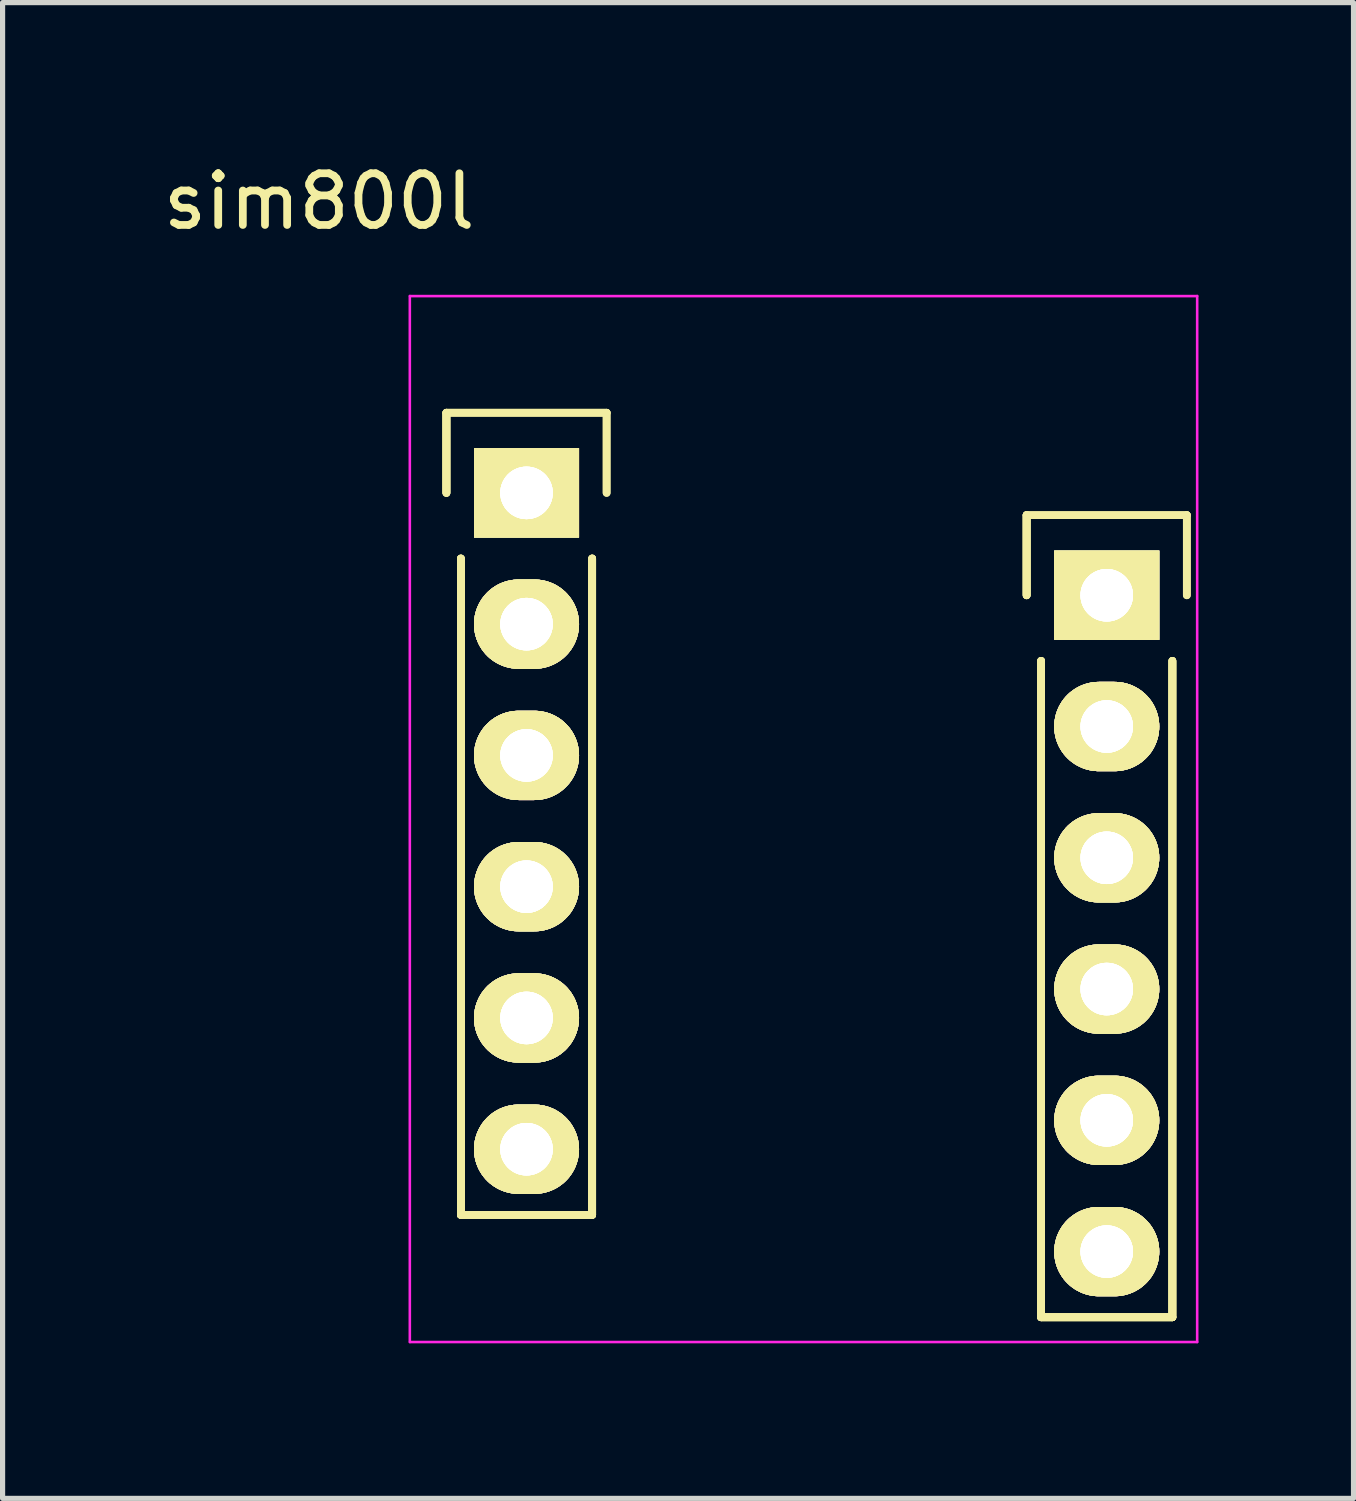
<source format=kicad_pcb>
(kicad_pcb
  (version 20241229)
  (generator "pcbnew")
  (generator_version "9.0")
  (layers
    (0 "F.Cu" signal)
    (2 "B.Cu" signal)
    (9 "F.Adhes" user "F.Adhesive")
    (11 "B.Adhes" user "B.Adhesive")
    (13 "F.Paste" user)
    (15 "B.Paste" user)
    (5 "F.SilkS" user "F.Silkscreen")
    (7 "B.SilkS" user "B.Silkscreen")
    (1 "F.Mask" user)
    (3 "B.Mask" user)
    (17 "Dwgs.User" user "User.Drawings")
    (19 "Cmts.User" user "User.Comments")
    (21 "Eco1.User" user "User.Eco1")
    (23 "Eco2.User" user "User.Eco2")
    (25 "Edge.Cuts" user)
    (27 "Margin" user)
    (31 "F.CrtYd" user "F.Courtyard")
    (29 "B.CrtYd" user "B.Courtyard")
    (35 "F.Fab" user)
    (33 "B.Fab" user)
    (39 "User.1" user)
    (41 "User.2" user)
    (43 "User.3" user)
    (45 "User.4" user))
  (footprint "sim800l"
    (layer "F.Cu")
    (at 18.365 8.468)
    (property "Reference" "sim800l" (at -15.24 -7.62 0) (layer "F.SilkS") (effects (font (size 1 1) (thickness 0.15))))
    (attr through_hole)
    (fp_line (start -12.777 -3.531) (end -9.677 -3.531) (stroke (width 0.15) (type solid)) (layer "F.SilkS"))
    (fp_line (start -12.777 -3.531) (end -9.677 -3.531) (stroke (width 0.15) (type solid)) (layer "F.SilkS"))
    (fp_line (start -12.777 -1.981) (end -12.777 -3.531) (stroke (width 0.15) (type solid)) (layer "F.SilkS"))
    (fp_line (start -12.777 -1.981) (end -12.777 -3.531) (stroke (width 0.15) (type solid)) (layer "F.SilkS"))
    (fp_line (start -12.777 -1.981) (end -12.777 -3.531) (stroke (width 0.15) (type solid)) (layer "F.SilkS"))
    (fp_line (start -12.777 -1.981) (end -12.777 -3.531) (stroke (width 0.15) (type solid)) (layer "F.SilkS"))
    (fp_line (start -12.497 11.989) (end -12.497 -0.711) (stroke (width 0.15) (type solid)) (layer "F.SilkS"))
    (fp_line (start -12.497 11.989) (end -12.497 -0.711) (stroke (width 0.15) (type solid)) (layer "F.SilkS"))
    (fp_line (start -12.497 11.989) (end -12.497 -0.711) (stroke (width 0.15) (type solid)) (layer "F.SilkS"))
    (fp_line (start -12.497 11.989) (end -12.497 -0.711) (stroke (width 0.15) (type solid)) (layer "F.SilkS"))
    (fp_line (start -9.957 -0.711) (end -9.957 11.989) (stroke (width 0.15) (type solid)) (layer "F.SilkS"))
    (fp_line (start -9.957 -0.711) (end -9.957 11.989) (stroke (width 0.15) (type solid)) (layer "F.SilkS"))
    (fp_line (start -9.957 -0.711) (end -9.957 11.989) (stroke (width 0.15) (type solid)) (layer "F.SilkS"))
    (fp_line (start -9.957 -0.711) (end -9.957 11.989) (stroke (width 0.15) (type solid)) (layer "F.SilkS"))
    (fp_line (start -9.957 11.989) (end -12.497 11.989) (stroke (width 0.15) (type solid)) (layer "F.SilkS"))
    (fp_line (start -9.957 11.989) (end -12.497 11.989) (stroke (width 0.15) (type solid)) (layer "F.SilkS"))
    (fp_line (start -9.957 11.989) (end -12.497 11.989) (stroke (width 0.15) (type solid)) (layer "F.SilkS"))
    (fp_line (start -9.957 11.989) (end -12.497 11.989) (stroke (width 0.15) (type solid)) (layer "F.SilkS"))
    (fp_line (start -9.677 -3.531) (end -9.677 -1.981) (stroke (width 0.15) (type solid)) (layer "F.SilkS"))
    (fp_line (start -9.677 -3.531) (end -9.677 -1.981) (stroke (width 0.15) (type solid)) (layer "F.SilkS"))
    (fp_line (start -1.55 -1.55) (end 1.55 -1.55) (stroke (width 0.15) (type solid)) (layer "F.SilkS"))
    (fp_line (start -1.55 -1.55) (end 1.55 -1.55) (stroke (width 0.15) (type solid)) (layer "F.SilkS"))
    (fp_line (start -1.55 0) (end -1.55 -1.55) (stroke (width 0.15) (type solid)) (layer "F.SilkS"))
    (fp_line (start -1.55 0) (end -1.55 -1.55) (stroke (width 0.15) (type solid)) (layer "F.SilkS"))
    (fp_line (start -1.55 0) (end -1.55 -1.55) (stroke (width 0.15) (type solid)) (layer "F.SilkS"))
    (fp_line (start -1.55 0) (end -1.55 -1.55) (stroke (width 0.15) (type solid)) (layer "F.SilkS"))
    (fp_line (start -1.27 13.97) (end -1.27 1.27) (stroke (width 0.15) (type solid)) (layer "F.SilkS"))
    (fp_line (start -1.27 13.97) (end -1.27 1.27) (stroke (width 0.15) (type solid)) (layer "F.SilkS"))
    (fp_line (start -1.27 13.97) (end -1.27 1.27) (stroke (width 0.15) (type solid)) (layer "F.SilkS"))
    (fp_line (start -1.27 13.97) (end -1.27 1.27) (stroke (width 0.15) (type solid)) (layer "F.SilkS"))
    (fp_line (start 1.27 1.27) (end 1.27 13.97) (stroke (width 0.15) (type solid)) (layer "F.SilkS"))
    (fp_line (start 1.27 1.27) (end 1.27 13.97) (stroke (width 0.15) (type solid)) (layer "F.SilkS"))
    (fp_line (start 1.27 1.27) (end 1.27 13.97) (stroke (width 0.15) (type solid)) (layer "F.SilkS"))
    (fp_line (start 1.27 1.27) (end 1.27 13.97) (stroke (width 0.15) (type solid)) (layer "F.SilkS"))
    (fp_line (start 1.27 13.97) (end -1.27 13.97) (stroke (width 0.15) (type solid)) (layer "F.SilkS"))
    (fp_line (start 1.27 13.97) (end -1.27 13.97) (stroke (width 0.15) (type solid)) (layer "F.SilkS"))
    (fp_line (start 1.27 13.97) (end -1.27 13.97) (stroke (width 0.15) (type solid)) (layer "F.SilkS"))
    (fp_line (start 1.27 13.97) (end -1.27 13.97) (stroke (width 0.15) (type solid)) (layer "F.SilkS"))
    (fp_line (start 1.55 -1.55) (end 1.55 0) (stroke (width 0.15) (type solid)) (layer "F.SilkS"))
    (fp_line (start 1.55 -1.55) (end 1.55 0) (stroke (width 0.15) (type solid)) (layer "F.SilkS"))
    (fp_line (start -13.485 -5.79) (end -13.485 14.45) (stroke (width 0.05) (type solid)) (layer "F.CrtYd"))
    (fp_line (start -13.482 -5.789) (end 1.75 -5.789) (stroke (width 0.05) (type solid)) (layer "F.CrtYd"))
    (fp_line (start -13.482 14.45) (end 1.75 14.45) (stroke (width 0.05) (type solid)) (layer "F.CrtYd"))
    (fp_line (start 1.75 -5.79) (end 1.75 14.45) (stroke (width 0.05) (type solid)) (layer "F.CrtYd"))
    (pad "1" thru_hole rect (at -11.227 -1.981) (size 2.032 1.727) (drill 1.016) (layers "*.Cu" "*.Mask" "F.SilkS"))
    (pad "1" thru_hole rect (at -11.227 -1.981) (size 2.032 1.727) (drill 1.016) (layers "*.Cu" "*.Mask" "F.SilkS"))
    (pad "1" thru_hole rect (at -11.227 -1.981) (size 2.032 1.727) (drill 1.016) (layers "*.Cu" "*.Mask" "F.SilkS"))
    (pad "1" thru_hole rect (at -11.227 -1.981) (size 2.032 1.727) (drill 1.016) (layers "*.Cu" "*.Mask" "F.SilkS"))
    (pad "2" thru_hole oval (at -11.227 0.559) (size 2.032 1.727) (drill 1.016) (layers "*.Cu" "*.Mask" "F.SilkS"))
    (pad "2" thru_hole oval (at -11.227 0.559) (size 2.032 1.727) (drill 1.016) (layers "*.Cu" "*.Mask" "F.SilkS"))
    (pad "2" thru_hole oval (at -11.227 0.559) (size 2.032 1.727) (drill 1.016) (layers "*.Cu" "*.Mask" "F.SilkS"))
    (pad "2" thru_hole oval (at -11.227 0.559) (size 2.032 1.727) (drill 1.016) (layers "*.Cu" "*.Mask" "F.SilkS"))
    (pad "3" thru_hole oval (at -11.227 3.099) (size 2.032 1.727) (drill 1.016) (layers "*.Cu" "*.Mask" "F.SilkS"))
    (pad "3" thru_hole oval (at -11.227 3.099) (size 2.032 1.727) (drill 1.016) (layers "*.Cu" "*.Mask" "F.SilkS"))
    (pad "3" thru_hole oval (at -11.227 3.099) (size 2.032 1.727) (drill 1.016) (layers "*.Cu" "*.Mask" "F.SilkS"))
    (pad "3" thru_hole oval (at -11.227 3.099) (size 2.032 1.727) (drill 1.016) (layers "*.Cu" "*.Mask" "F.SilkS"))
    (pad "4" thru_hole oval (at -11.227 5.639) (size 2.032 1.727) (drill 1.016) (layers "*.Cu" "*.Mask" "F.SilkS"))
    (pad "4" thru_hole oval (at -11.227 5.639) (size 2.032 1.727) (drill 1.016) (layers "*.Cu" "*.Mask" "F.SilkS"))
    (pad "4" thru_hole oval (at -11.227 5.639) (size 2.032 1.727) (drill 1.016) (layers "*.Cu" "*.Mask" "F.SilkS"))
    (pad "4" thru_hole oval (at -11.227 5.639) (size 2.032 1.727) (drill 1.016) (layers "*.Cu" "*.Mask" "F.SilkS"))
    (pad "5" thru_hole oval (at -11.227 8.179) (size 2.032 1.727) (drill 1.016) (layers "*.Cu" "*.Mask" "F.SilkS"))
    (pad "5" thru_hole oval (at -11.227 8.179) (size 2.032 1.727) (drill 1.016) (layers "*.Cu" "*.Mask" "F.SilkS"))
    (pad "5" thru_hole oval (at -11.227 8.179) (size 2.032 1.727) (drill 1.016) (layers "*.Cu" "*.Mask" "F.SilkS"))
    (pad "5" thru_hole oval (at -11.227 8.179) (size 2.032 1.727) (drill 1.016) (layers "*.Cu" "*.Mask" "F.SilkS"))
    (pad "6" thru_hole oval (at -11.227 10.719) (size 2.032 1.727) (drill 1.016) (layers "*.Cu" "*.Mask" "F.SilkS"))
    (pad "6" thru_hole oval (at -11.227 10.719) (size 2.032 1.727) (drill 1.016) (layers "*.Cu" "*.Mask" "F.SilkS"))
    (pad "6" thru_hole oval (at -11.227 10.719) (size 2.032 1.727) (drill 1.016) (layers "*.Cu" "*.Mask" "F.SilkS"))
    (pad "6" thru_hole oval (at -11.227 10.719) (size 2.032 1.727) (drill 1.016) (layers "*.Cu" "*.Mask" "F.SilkS"))
    (pad "7" thru_hole rect (at 0 0) (size 2.032 1.727) (drill 1.016) (layers "*.Cu" "*.Mask" "F.SilkS"))
    (pad "7" thru_hole rect (at 0 0) (size 2.032 1.727) (drill 1.016) (layers "*.Cu" "*.Mask" "F.SilkS"))
    (pad "7" thru_hole rect (at 0 0) (size 2.032 1.727) (drill 1.016) (layers "*.Cu" "*.Mask" "F.SilkS"))
    (pad "7" thru_hole rect (at 0 0) (size 2.032 1.727) (drill 1.016) (layers "*.Cu" "*.Mask" "F.SilkS"))
    (pad "8" thru_hole oval (at 0 2.54) (size 2.032 1.727) (drill 1.016) (layers "*.Cu" "*.Mask" "F.SilkS"))
    (pad "8" thru_hole oval (at 0 2.54) (size 2.032 1.727) (drill 1.016) (layers "*.Cu" "*.Mask" "F.SilkS"))
    (pad "8" thru_hole oval (at 0 2.54) (size 2.032 1.727) (drill 1.016) (layers "*.Cu" "*.Mask" "F.SilkS"))
    (pad "8" thru_hole oval (at 0 2.54) (size 2.032 1.727) (drill 1.016) (layers "*.Cu" "*.Mask" "F.SilkS"))
    (pad "9" thru_hole oval (at 0 5.08) (size 2.032 1.727) (drill 1.016) (layers "*.Cu" "*.Mask" "F.SilkS"))
    (pad "9" thru_hole oval (at 0 5.08) (size 2.032 1.727) (drill 1.016) (layers "*.Cu" "*.Mask" "F.SilkS"))
    (pad "9" thru_hole oval (at 0 5.08) (size 2.032 1.727) (drill 1.016) (layers "*.Cu" "*.Mask" "F.SilkS"))
    (pad "9" thru_hole oval (at 0 5.08) (size 2.032 1.727) (drill 1.016) (layers "*.Cu" "*.Mask" "F.SilkS"))
    (pad "10" thru_hole oval (at 0 7.62) (size 2.032 1.727) (drill 1.016) (layers "*.Cu" "*.Mask" "F.SilkS"))
    (pad "10" thru_hole oval (at 0 7.62) (size 2.032 1.727) (drill 1.016) (layers "*.Cu" "*.Mask" "F.SilkS"))
    (pad "10" thru_hole oval (at 0 7.62) (size 2.032 1.727) (drill 1.016) (layers "*.Cu" "*.Mask" "F.SilkS"))
    (pad "10" thru_hole oval (at 0 7.62) (size 2.032 1.727) (drill 1.016) (layers "*.Cu" "*.Mask" "F.SilkS"))
    (pad "11" thru_hole oval (at 0 10.16) (size 2.032 1.727) (drill 1.016) (layers "*.Cu" "*.Mask" "F.SilkS"))
    (pad "11" thru_hole oval (at 0 10.16) (size 2.032 1.727) (drill 1.016) (layers "*.Cu" "*.Mask" "F.SilkS"))
    (pad "11" thru_hole oval (at 0 10.16) (size 2.032 1.727) (drill 1.016) (layers "*.Cu" "*.Mask" "F.SilkS"))
    (pad "11" thru_hole oval (at 0 10.16) (size 2.032 1.727) (drill 1.016) (layers "*.Cu" "*.Mask" "F.SilkS"))
    (pad "12" thru_hole oval (at 0 12.7) (size 2.032 1.727) (drill 1.016) (layers "*.Cu" "*.Mask" "F.SilkS"))
    (pad "12" thru_hole oval (at 0 12.7) (size 2.032 1.727) (drill 1.016) (layers "*.Cu" "*.Mask" "F.SilkS"))
    (pad "12" thru_hole oval (at 0 12.7) (size 2.032 1.727) (drill 1.016) (layers "*.Cu" "*.Mask" "F.SilkS"))
    (pad "12" thru_hole oval (at 0 12.7) (size 2.032 1.727) (drill 1.016) (layers "*.Cu" "*.Mask" "F.SilkS")))
  (gr_rect
    (start -3 -3)
    (end 23.14 25.943)
    (stroke (width 0.1) (type default))
    (fill no)
    (layer "Edge.Cuts")))
</source>
